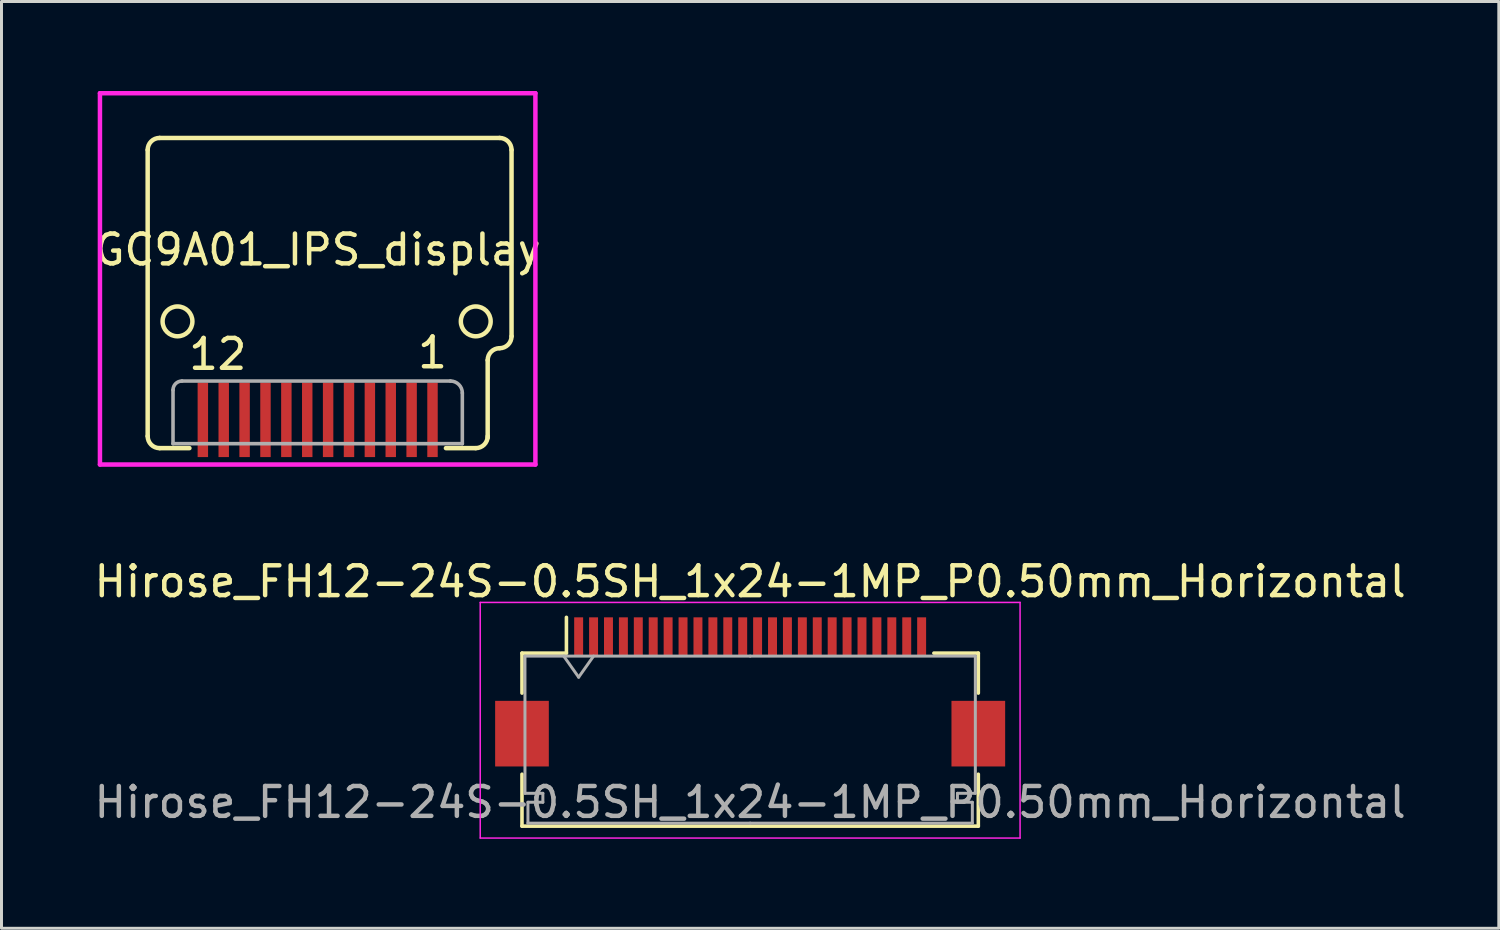
<source format=kicad_pcb>
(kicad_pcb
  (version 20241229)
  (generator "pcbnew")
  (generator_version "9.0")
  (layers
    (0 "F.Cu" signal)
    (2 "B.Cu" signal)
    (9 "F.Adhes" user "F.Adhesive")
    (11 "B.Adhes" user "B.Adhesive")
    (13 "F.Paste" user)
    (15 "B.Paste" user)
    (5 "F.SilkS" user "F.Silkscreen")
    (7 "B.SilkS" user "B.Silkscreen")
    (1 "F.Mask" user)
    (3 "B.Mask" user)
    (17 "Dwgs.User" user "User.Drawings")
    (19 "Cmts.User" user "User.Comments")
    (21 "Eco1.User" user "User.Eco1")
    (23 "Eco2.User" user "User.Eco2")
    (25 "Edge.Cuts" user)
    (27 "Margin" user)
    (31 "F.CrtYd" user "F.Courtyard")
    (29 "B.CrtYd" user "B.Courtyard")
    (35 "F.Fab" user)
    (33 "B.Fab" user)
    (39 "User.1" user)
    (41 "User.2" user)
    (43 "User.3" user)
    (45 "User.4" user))
  (footprint "Hirose_FH12-24S-0.5SH_1x24-1MP_P0.50mm_Horizontal"
    (layer "F.Cu")
    (at 22.101 20.148)
    (property "Reference" "Hirose_FH12-24S-0.5SH_1x24-1MP_P0.50mm_Horizontal" (at 0 -3.7 0) (layer "F.SilkS") (effects (font (size 1 1) (thickness 0.15))))
    (attr smd)
    (fp_line (start -7.65 -1.3) (end -7.65 0.04) (stroke (width 0.12) (type solid)) (layer "F.SilkS"))
    (fp_line (start -7.65 2.76) (end -7.65 4.5) (stroke (width 0.12) (type solid)) (layer "F.SilkS"))
    (fp_line (start -7.65 4.5) (end 7.65 4.5) (stroke (width 0.12) (type solid)) (layer "F.SilkS"))
    (fp_line (start -6.16 -1.3) (end -7.65 -1.3) (stroke (width 0.12) (type solid)) (layer "F.SilkS"))
    (fp_line (start -6.16 -1.3) (end -6.16 -2.5) (stroke (width 0.12) (type solid)) (layer "F.SilkS"))
    (fp_line (start 6.16 -1.3) (end 7.65 -1.3) (stroke (width 0.12) (type solid)) (layer "F.SilkS"))
    (fp_line (start 7.65 -1.3) (end 7.65 0.04) (stroke (width 0.12) (type solid)) (layer "F.SilkS"))
    (fp_line (start 7.65 4.5) (end 7.65 2.76) (stroke (width 0.12) (type solid)) (layer "F.SilkS"))
    (fp_line (start -9.05 -3) (end -9.05 4.9) (stroke (width 0.05) (type solid)) (layer "F.CrtYd"))
    (fp_line (start -9.05 4.9) (end 9.05 4.9) (stroke (width 0.05) (type solid)) (layer "F.CrtYd"))
    (fp_line (start 9.05 -3) (end -9.05 -3) (stroke (width 0.05) (type solid)) (layer "F.CrtYd"))
    (fp_line (start 9.05 4.9) (end 9.05 -3) (stroke (width 0.05) (type solid)) (layer "F.CrtYd"))
    (fp_line (start -7.55 -1.2) (end -7.55 3.4) (stroke (width 0.1) (type solid)) (layer "F.Fab"))
    (fp_line (start -7.55 3.4) (end -6.95 3.4) (stroke (width 0.1) (type solid)) (layer "F.Fab"))
    (fp_line (start -7.45 3.7) (end -7.45 4.4) (stroke (width 0.1) (type solid)) (layer "F.Fab"))
    (fp_line (start -7.45 4.4) (end 0 4.4) (stroke (width 0.1) (type solid)) (layer "F.Fab"))
    (fp_line (start -6.95 3.4) (end -6.95 3.7) (stroke (width 0.1) (type solid)) (layer "F.Fab"))
    (fp_line (start -6.95 3.7) (end -7.45 3.7) (stroke (width 0.1) (type solid)) (layer "F.Fab"))
    (fp_line (start -6.25 -1.2) (end -5.75 -0.493) (stroke (width 0.1) (type solid)) (layer "F.Fab"))
    (fp_line (start -5.75 -0.493) (end -5.25 -1.2) (stroke (width 0.1) (type solid)) (layer "F.Fab"))
    (fp_line (start 0 -1.2) (end -7.55 -1.2) (stroke (width 0.1) (type solid)) (layer "F.Fab"))
    (fp_line (start 0 -1.2) (end 7.55 -1.2) (stroke (width 0.1) (type solid)) (layer "F.Fab"))
    (fp_line (start 6.95 3.4) (end 6.95 3.7) (stroke (width 0.1) (type solid)) (layer "F.Fab"))
    (fp_line (start 6.95 3.7) (end 7.45 3.7) (stroke (width 0.1) (type solid)) (layer "F.Fab"))
    (fp_line (start 7.45 3.7) (end 7.45 4.4) (stroke (width 0.1) (type solid)) (layer "F.Fab"))
    (fp_line (start 7.45 4.4) (end 0 4.4) (stroke (width 0.1) (type solid)) (layer "F.Fab"))
    (fp_line (start 7.55 -1.2) (end 7.55 3.4) (stroke (width 0.1) (type solid)) (layer "F.Fab"))
    (fp_line (start 7.55 3.4) (end 6.95 3.4) (stroke (width 0.1) (type solid)) (layer "F.Fab"))
    (fp_text user "${REFERENCE}" (at 0 3.7 0) (layer "F.Fab") (effects (font (size 1 1) (thickness 0.15))))
    (pad "1" smd rect (at -5.75 -1.85) (size 0.3 1.3) (layers "F.Cu" "F.Mask" "F.Paste"))
    (pad "2" smd rect (at -5.25 -1.85) (size 0.3 1.3) (layers "F.Cu" "F.Mask" "F.Paste"))
    (pad "3" smd rect (at -4.75 -1.85) (size 0.3 1.3) (layers "F.Cu" "F.Mask" "F.Paste"))
    (pad "4" smd rect (at -4.25 -1.85) (size 0.3 1.3) (layers "F.Cu" "F.Mask" "F.Paste"))
    (pad "5" smd rect (at -3.75 -1.85) (size 0.3 1.3) (layers "F.Cu" "F.Mask" "F.Paste"))
    (pad "6" smd rect (at -3.25 -1.85) (size 0.3 1.3) (layers "F.Cu" "F.Mask" "F.Paste"))
    (pad "7" smd rect (at -2.75 -1.85) (size 0.3 1.3) (layers "F.Cu" "F.Mask" "F.Paste"))
    (pad "8" smd rect (at -2.25 -1.85) (size 0.3 1.3) (layers "F.Cu" "F.Mask" "F.Paste"))
    (pad "9" smd rect (at -1.75 -1.85) (size 0.3 1.3) (layers "F.Cu" "F.Mask" "F.Paste"))
    (pad "10" smd rect (at -1.25 -1.85) (size 0.3 1.3) (layers "F.Cu" "F.Mask" "F.Paste"))
    (pad "11" smd rect (at -0.75 -1.85) (size 0.3 1.3) (layers "F.Cu" "F.Mask" "F.Paste"))
    (pad "12" smd rect (at -0.25 -1.85) (size 0.3 1.3) (layers "F.Cu" "F.Mask" "F.Paste"))
    (pad "13" smd rect (at 0.25 -1.85) (size 0.3 1.3) (layers "F.Cu" "F.Mask" "F.Paste"))
    (pad "14" smd rect (at 0.75 -1.85) (size 0.3 1.3) (layers "F.Cu" "F.Mask" "F.Paste"))
    (pad "15" smd rect (at 1.25 -1.85) (size 0.3 1.3) (layers "F.Cu" "F.Mask" "F.Paste"))
    (pad "16" smd rect (at 1.75 -1.85) (size 0.3 1.3) (layers "F.Cu" "F.Mask" "F.Paste"))
    (pad "17" smd rect (at 2.25 -1.85) (size 0.3 1.3) (layers "F.Cu" "F.Mask" "F.Paste"))
    (pad "18" smd rect (at 2.75 -1.85) (size 0.3 1.3) (layers "F.Cu" "F.Mask" "F.Paste"))
    (pad "19" smd rect (at 3.25 -1.85) (size 0.3 1.3) (layers "F.Cu" "F.Mask" "F.Paste"))
    (pad "20" smd rect (at 3.75 -1.85) (size 0.3 1.3) (layers "F.Cu" "F.Mask" "F.Paste"))
    (pad "21" smd rect (at 4.25 -1.85) (size 0.3 1.3) (layers "F.Cu" "F.Mask" "F.Paste"))
    (pad "22" smd rect (at 4.75 -1.85) (size 0.3 1.3) (layers "F.Cu" "F.Mask" "F.Paste"))
    (pad "23" smd rect (at 5.25 -1.85) (size 0.3 1.3) (layers "F.Cu" "F.Mask" "F.Paste"))
    (pad "24" smd rect (at 5.75 -1.85) (size 0.3 1.3) (layers "F.Cu" "F.Mask" "F.Paste"))
    (pad "MP" smd rect (at -7.65 1.4) (size 1.8 2.2) (layers "F.Cu" "F.Mask" "F.Paste"))
    (pad "MP" smd rect (at 7.65 1.4) (size 1.8 2.2) (layers "F.Cu" "F.Mask" "F.Paste")))
  (footprint "GC9A01_IPS_display"
    (layer "F.Cu")
    (at 7.601 10.775)
    (property "Reference" "GC9A01_IPS_display" (at 0 -5.45 0) (layer "F.SilkS") (effects (font (size 1 1) (thickness 0.15))))
    (attr through_hole)
    (fp_line (start -5.7 -8.8) (end -5.7 0.8) (stroke (width 0.15) (type solid)) (layer "F.SilkS"))
    (fp_line (start -5.3 1.2) (end -4.3 1.2) (stroke (width 0.15) (type solid)) (layer "F.SilkS"))
    (fp_line (start 4.3 1.2) (end 5.3 1.2) (stroke (width 0.15) (type solid)) (layer "F.SilkS"))
    (fp_line (start 5.7 -1.75) (end 5.7 0.85) (stroke (width 0.15) (type solid)) (layer "F.SilkS"))
    (fp_line (start 6.1 -9.2) (end -5.3 -9.2) (stroke (width 0.15) (type solid)) (layer "F.SilkS"))
    (fp_line (start 6.5 -8.8) (end 6.5 -2.55) (stroke (width 0.15) (type solid)) (layer "F.SilkS"))
    (fp_arc (start -5.7 -8.8) (mid -5.582843 -9.082843) (end -5.3 -9.2) (stroke (width 0.15) (type solid)) (layer "F.SilkS"))
    (fp_arc (start -5.3 1.2) (mid -5.582843 1.082843) (end -5.7 0.8) (stroke (width 0.15) (type solid)) (layer "F.SilkS"))
    (fp_arc (start 5.7 -1.75) (mid 5.817157 -2.032843) (end 6.1 -2.15) (stroke (width 0.15) (type solid)) (layer "F.SilkS"))
    (fp_arc (start 5.7 0.8) (mid 5.582843 1.082843) (end 5.3 1.2) (stroke (width 0.15) (type solid)) (layer "F.SilkS"))
    (fp_arc (start 6.1 -9.2) (mid 6.382843 -9.082843) (end 6.5 -8.8) (stroke (width 0.15) (type solid)) (layer "F.SilkS"))
    (fp_arc (start 6.5 -2.55) (mid 6.382843 -2.267157) (end 6.1 -2.15) (stroke (width 0.15) (type solid)) (layer "F.SilkS"))
    (fp_circle (center -4.7 -3.05) (end -4.2 -3.05) (stroke (width 0.15) (type solid)) (fill no) (layer "F.SilkS"))
    (fp_circle (center 5.3 -3.05) (end 5.8 -3.05) (stroke (width 0.15) (type solid)) (fill no) (layer "F.SilkS"))
    (fp_line (start -7.3 -10.7) (end -7.3 1.75) (stroke (width 0.15) (type solid)) (layer "F.CrtYd"))
    (fp_line (start -7.3 1.75) (end 7.3 1.75) (stroke (width 0.15) (type solid)) (layer "F.CrtYd"))
    (fp_line (start 7.3 -10.7) (end -7.3 -10.7) (stroke (width 0.15) (type solid)) (layer "F.CrtYd"))
    (fp_line (start 7.3 1.75) (end 7.3 -10.7) (stroke (width 0.15) (type solid)) (layer "F.CrtYd"))
    (fp_line (start -4.85 1.05) (end -4.85 -0.75) (stroke (width 0.12) (type solid)) (layer "F.Fab"))
    (fp_line (start -4.85 1.05) (end 4.85 1.05) (stroke (width 0.12) (type solid)) (layer "F.Fab"))
    (fp_line (start -4.55 -1.05) (end 4.45 -1.05) (stroke (width 0.12) (type solid)) (layer "F.Fab"))
    (fp_line (start 4.85 1.05) (end 4.85 -0.65) (stroke (width 0.12) (type solid)) (layer "F.Fab"))
    (fp_arc (start -4.85 -0.75) (mid -4.762132 -0.962132) (end -4.55 -1.05) (stroke (width 0.12) (type solid)) (layer "F.Fab"))
    (fp_arc (start 4.45 -1.05) (mid 4.732843 -0.932843) (end 4.85 -0.65) (stroke (width 0.12) (type solid)) (layer "F.Fab"))
    (fp_text user "12" (at -3.35 -1.95 0) (layer "F.SilkS") (effects (font (size 1 1) (thickness 0.15))))
    (fp_text user "1" (at 3.85 -2 0) (layer "F.SilkS") (effects (font (size 1 1) (thickness 0.15))))
    (pad "1" smd rect (at 3.85 0.25) (size 0.35 2.5) (layers "F.Cu" "F.Mask" "F.Paste"))
    (pad "2" smd rect (at 3.15 0.25) (size 0.35 2.5) (layers "F.Cu" "F.Mask" "F.Paste"))
    (pad "3" smd rect (at 2.45 0.25) (size 0.35 2.5) (layers "F.Cu" "F.Mask" "F.Paste"))
    (pad "4" smd rect (at 1.75 0.25) (size 0.35 2.5) (layers "F.Cu" "F.Mask" "F.Paste"))
    (pad "5" smd rect (at 1.05 0.25) (size 0.35 2.5) (layers "F.Cu" "F.Mask" "F.Paste"))
    (pad "6" smd rect (at 0.35 0.25) (size 0.35 2.5) (layers "F.Cu" "F.Mask" "F.Paste"))
    (pad "7" smd rect (at -0.35 0.25) (size 0.35 2.5) (layers "F.Cu" "F.Mask" "F.Paste"))
    (pad "8" smd rect (at -1.05 0.25) (size 0.35 2.5) (layers "F.Cu" "F.Mask" "F.Paste"))
    (pad "9" smd rect (at -1.75 0.25) (size 0.35 2.5) (layers "F.Cu" "F.Mask" "F.Paste"))
    (pad "10" smd rect (at -2.45 0.25) (size 0.35 2.5) (layers "F.Cu" "F.Mask" "F.Paste"))
    (pad "11" smd rect (at -3.15 0.25) (size 0.35 2.5) (layers "F.Cu" "F.Mask" "F.Paste"))
    (pad "12" smd rect (at -3.85 0.25) (size 0.35 2.5) (layers "F.Cu" "F.Mask" "F.Paste")))
  (gr_rect
    (start -3 -3)
    (end 47.202 28.073)
    (stroke (width 0.1) (type default))
    (fill no)
    (layer "Edge.Cuts")))
</source>
